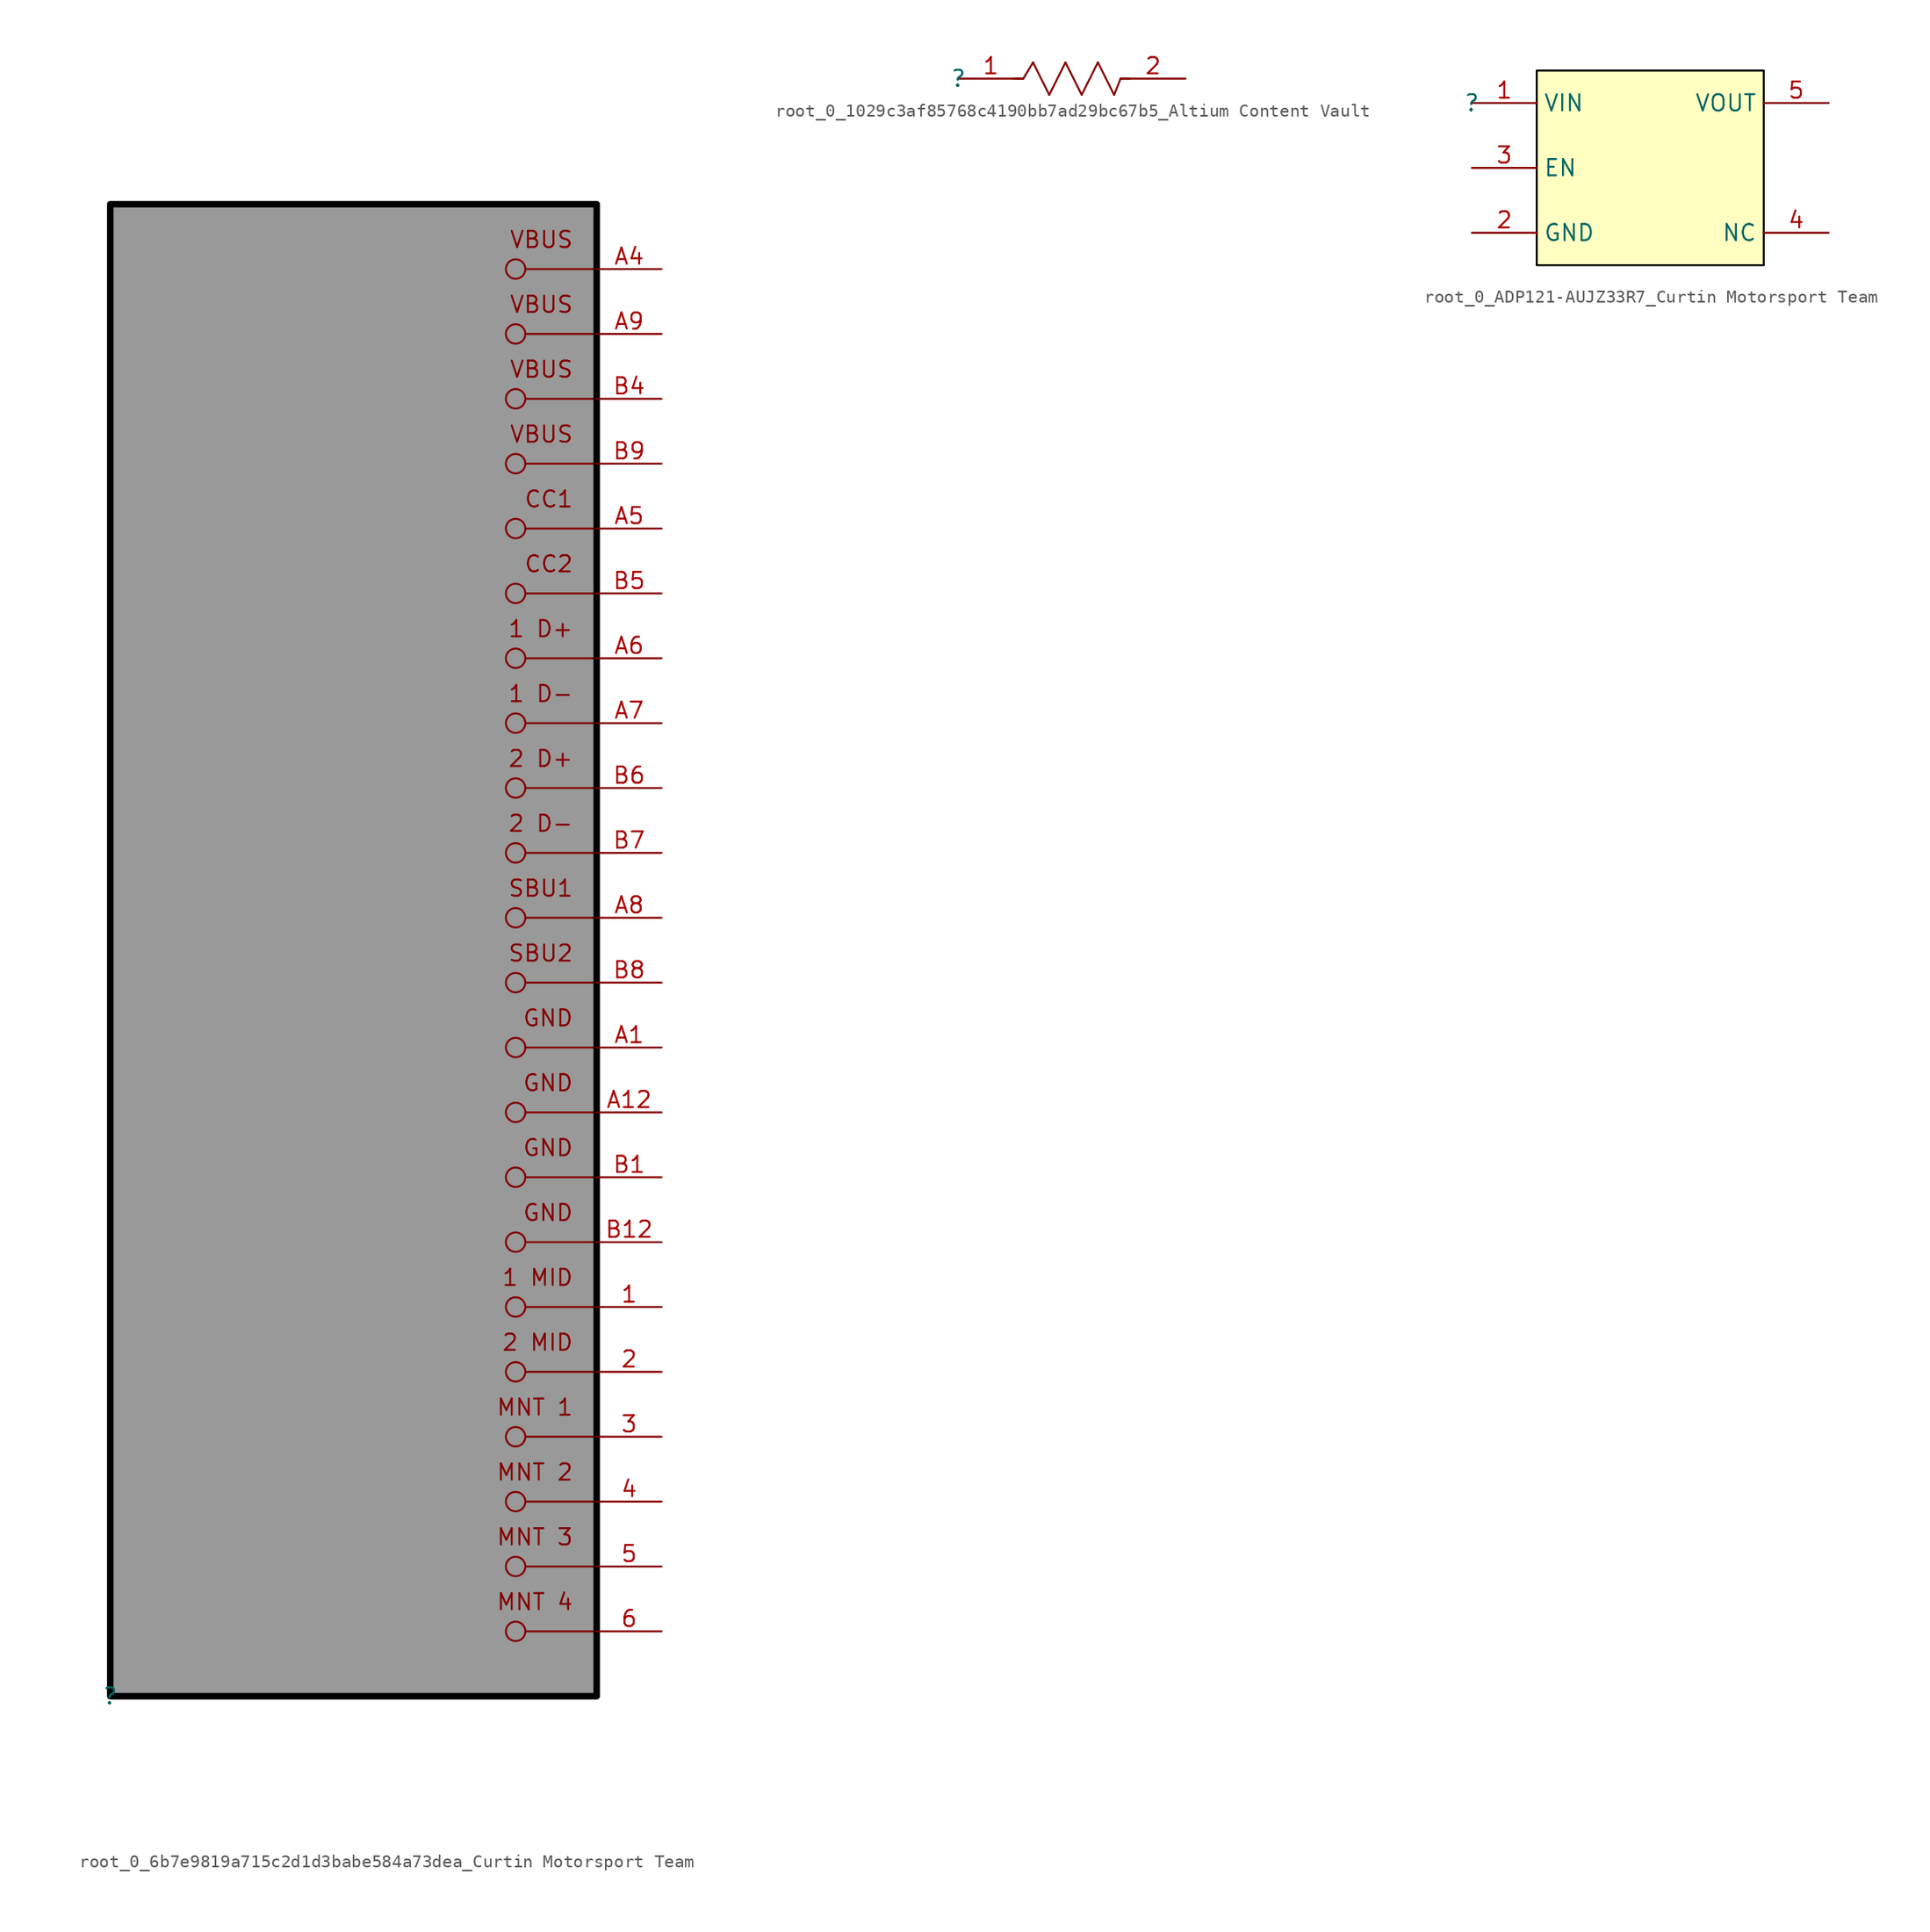
<source format=kicad_sym>
(kicad_symbol_lib
  (version 20241209)
  (generator "kicad_symbol_editor")
  (generator_version "9.0")
  (symbol "root_0_6b7e9819a715c2d1d3babe584a73dea_Curtin Motorsport Team"
    (pin_names
      (hide yes))
    (property "Reference" ""
      (at 0 0 0)
      (effects (font (size 1.27 1.27))))
    (property "Value" ""
      (at 0 0 0)
      (effects (font (size 1.27 1.27))))
    (symbol "root_0_6b7e9819a715c2d1d3babe584a73dea_Curtin Motorsport Team_1_0"
      (circle (center 31.75 111.76) (radius 0.762) (stroke (width 0) (type solid)) (fill (type none)))
      (circle (center 31.75 106.68) (radius 0.762) (stroke (width 0) (type solid)) (fill (type none)))
      (circle (center 31.75 101.6) (radius 0.762) (stroke (width 0) (type solid)) (fill (type none)))
      (circle (center 31.75 96.52) (radius 0.762) (stroke (width 0) (type solid)) (fill (type none)))
      (circle (center 31.75 91.44) (radius 0.762) (stroke (width 0) (type solid)) (fill (type none)))
      (circle (center 31.75 86.36) (radius 0.762) (stroke (width 0) (type solid)) (fill (type none)))
      (circle (center 31.75 81.28) (radius 0.762) (stroke (width 0) (type solid)) (fill (type none)))
      (circle (center 31.75 76.2) (radius 0.762) (stroke (width 0) (type solid)) (fill (type none)))
      (circle (center 31.75 71.12) (radius 0.762) (stroke (width 0) (type solid)) (fill (type none)))
      (circle (center 31.75 66.04) (radius 0.762) (stroke (width 0) (type solid)) (fill (type none)))
      (circle (center 31.75 60.96) (radius 0.762) (stroke (width 0) (type solid)) (fill (type none)))
      (circle (center 31.75 55.88) (radius 0.762) (stroke (width 0) (type solid)) (fill (type none)))
      (circle (center 31.75 50.8) (radius 0.762) (stroke (width 0) (type solid)) (fill (type none)))
      (circle (center 31.75 45.72) (radius 0.762) (stroke (width 0) (type solid)) (fill (type none)))
      (circle (center 31.75 40.64) (radius 0.762) (stroke (width 0) (type solid)) (fill (type none)))
      (circle (center 31.75 35.56) (radius 0.762) (stroke (width 0) (type solid)) (fill (type none)))
      (circle (center 31.75 30.48) (radius 0.762) (stroke (width 0) (type solid)) (fill (type none)))
      (circle (center 31.75 25.4) (radius 0.762) (stroke (width 0) (type solid)) (fill (type none)))
      (circle (center 31.75 20.32) (radius 0.762) (stroke (width 0) (type solid)) (fill (type none)))
      (circle (center 31.75 15.24) (radius 0.762) (stroke (width 0) (type solid)) (fill (type none)))
      (circle (center 31.75 10.16) (radius 0.762) (stroke (width 0) (type solid)) (fill (type none)))
      (circle (center 31.75 5.08) (radius 0.762) (stroke (width 0) (type solid)) (fill (type none)))
      (polyline (pts (xy 32.512 111.76) (xy 38.1 111.76)) (stroke (width 0) (type solid)) (fill (type none)))
      (polyline (pts (xy 32.512 106.68) (xy 38.1 106.68)) (stroke (width 0) (type solid)) (fill (type none)))
      (polyline (pts (xy 32.512 101.6) (xy 38.1 101.6)) (stroke (width 0) (type solid)) (fill (type none)))
      (polyline (pts (xy 32.512 96.52) (xy 38.1 96.52)) (stroke (width 0) (type solid)) (fill (type none)))
      (polyline (pts (xy 32.512 91.44) (xy 38.1 91.44)) (stroke (width 0) (type solid)) (fill (type none)))
      (polyline (pts (xy 32.512 86.36) (xy 38.1 86.36)) (stroke (width 0) (type solid)) (fill (type none)))
      (polyline (pts (xy 32.512 81.28) (xy 38.1 81.28)) (stroke (width 0) (type solid)) (fill (type none)))
      (polyline (pts (xy 32.512 76.2) (xy 38.1 76.2)) (stroke (width 0) (type solid)) (fill (type none)))
      (polyline (pts (xy 32.512 71.12) (xy 38.1 71.12)) (stroke (width 0) (type solid)) (fill (type none)))
      (polyline (pts (xy 32.512 66.04) (xy 38.1 66.04)) (stroke (width 0) (type solid)) (fill (type none)))
      (polyline (pts (xy 32.512 60.96) (xy 38.1 60.96)) (stroke (width 0) (type solid)) (fill (type none)))
      (polyline (pts (xy 32.512 55.88) (xy 38.1 55.88)) (stroke (width 0) (type solid)) (fill (type none)))
      (polyline (pts (xy 32.512 50.8) (xy 38.1 50.8)) (stroke (width 0) (type solid)) (fill (type none)))
      (polyline (pts (xy 32.512 45.72) (xy 38.1 45.72)) (stroke (width 0) (type solid)) (fill (type none)))
      (polyline (pts (xy 32.512 40.64) (xy 38.1 40.64)) (stroke (width 0) (type solid)) (fill (type none)))
      (polyline (pts (xy 32.512 35.56) (xy 38.1 35.56)) (stroke (width 0) (type solid)) (fill (type none)))
      (polyline (pts (xy 32.512 30.48) (xy 38.1 30.48)) (stroke (width 0) (type solid)) (fill (type none)))
      (polyline (pts (xy 32.512 25.4) (xy 38.1 25.4)) (stroke (width 0) (type solid)) (fill (type none)))
      (polyline (pts (xy 32.512 20.32) (xy 38.1 20.32)) (stroke (width 0) (type solid)) (fill (type none)))
      (polyline (pts (xy 32.512 15.24) (xy 38.1 15.24)) (stroke (width 0) (type solid)) (fill (type none)))
      (polyline (pts (xy 32.512 10.16) (xy 38.1 10.16)) (stroke (width 0) (type solid)) (fill (type none)))
      (polyline (pts (xy 32.512 5.08) (xy 38.1 5.08)) (stroke (width 0) (type solid)) (fill (type none)))
      (rectangle (start 38.1 116.84) (end 0 0) (stroke (width 0.508) (type solid) (color 0 0 0 1)) (fill (type color) (color 153 153 153 1)))
      (text "VBUS" (at 36.322 114.808 0) (effects (font (size 1.27 1.27)) (justify right top)))
      (text "VBUS" (at 36.322 109.728 0) (effects (font (size 1.27 1.27)) (justify right top)))
      (text "VBUS" (at 36.322 104.648 0) (effects (font (size 1.27 1.27)) (justify right top)))
      (text "VBUS" (at 36.322 99.568 0) (effects (font (size 1.27 1.27)) (justify right top)))
      (text "CC1" (at 36.322 94.488 0) (effects (font (size 1.27 1.27)) (justify right top)))
      (text "CC2" (at 36.322 89.408 0) (effects (font (size 1.27 1.27)) (justify right top)))
      (text "1 D+" (at 36.322 84.328 0) (effects (font (size 1.27 1.27)) (justify right top)))
      (text "1 D-" (at 36.322 79.248 0) (effects (font (size 1.27 1.27)) (justify right top)))
      (text "2 D+" (at 36.322 74.168 0) (effects (font (size 1.27 1.27)) (justify right top)))
      (text "2 D-" (at 36.322 69.088 0) (effects (font (size 1.27 1.27)) (justify right top)))
      (text "SBU1" (at 36.322 64.008 0) (effects (font (size 1.27 1.27)) (justify right top)))
      (text "SBU2" (at 36.322 58.928 0) (effects (font (size 1.27 1.27)) (justify right top)))
      (text "GND" (at 36.322 53.848 0) (effects (font (size 1.27 1.27)) (justify right top)))
      (text "GND" (at 36.322 48.768 0) (effects (font (size 1.27 1.27)) (justify right top)))
      (text "GND" (at 36.322 43.688 0) (effects (font (size 1.27 1.27)) (justify right top)))
      (text "GND" (at 36.322 38.608 0) (effects (font (size 1.27 1.27)) (justify right top)))
      (text "1 MID" (at 36.322 33.528 0) (effects (font (size 1.27 1.27)) (justify right top)))
      (text "2 MID" (at 36.322 28.448 0) (effects (font (size 1.27 1.27)) (justify right top)))
      (text "MNT 1" (at 36.322 23.368 0) (effects (font (size 1.27 1.27)) (justify right top)))
      (text "MNT 2" (at 36.322 18.288 0) (effects (font (size 1.27 1.27)) (justify right top)))
      (text "MNT 3" (at 36.322 13.208 0) (effects (font (size 1.27 1.27)) (justify right top)))
      (text "MNT 4" (at 36.322 8.128 0) (effects (font (size 1.27 1.27)) (justify right top)))
      (pin power_in line (at 43.18 111.76 180) (length 5.08) (name "VBUS" (effects (font (size 1.27 1.27)))) (number "A4" (effects (font (size 1.27 1.27)))))
      (pin power_in line (at 43.18 106.68 180) (length 5.08) (name "VBUS" (effects (font (size 1.27 1.27)))) (number "A9" (effects (font (size 1.27 1.27)))))
      (pin power_in line (at 43.18 101.6 180) (length 5.08) (name "VBUS" (effects (font (size 1.27 1.27)))) (number "B4" (effects (font (size 1.27 1.27)))))
      (pin power_in line (at 43.18 96.52 180) (length 5.08) (name "VBUS" (effects (font (size 1.27 1.27)))) (number "B9" (effects (font (size 1.27 1.27)))))
      (pin passive line (at 43.18 91.44 180) (length 5.08) (name "CC1" (effects (font (size 1.27 1.27)))) (number "A5" (effects (font (size 1.27 1.27)))))
      (pin passive line (at 43.18 86.36 180) (length 5.08) (name "CC2" (effects (font (size 1.27 1.27)))) (number "B5" (effects (font (size 1.27 1.27)))))
      (pin bidirectional line (at 43.18 81.28 180) (length 5.08) (name "1_D+" (effects (font (size 1.27 1.27)))) (number "A6" (effects (font (size 1.27 1.27)))))
      (pin bidirectional line (at 43.18 76.2 180) (length 5.08) (name "1_D-" (effects (font (size 1.27 1.27)))) (number "A7" (effects (font (size 1.27 1.27)))))
      (pin bidirectional line (at 43.18 71.12 180) (length 5.08) (name "2_D+" (effects (font (size 1.27 1.27)))) (number "B6" (effects (font (size 1.27 1.27)))))
      (pin bidirectional line (at 43.18 66.04 180) (length 5.08) (name "2_D-" (effects (font (size 1.27 1.27)))) (number "B7" (effects (font (size 1.27 1.27)))))
      (pin passive line (at 43.18 60.96 180) (length 5.08) (name "SBU1" (effects (font (size 1.27 1.27)))) (number "A8" (effects (font (size 1.27 1.27)))))
      (pin passive line (at 43.18 55.88 180) (length 5.08) (name "SBU2" (effects (font (size 1.27 1.27)))) (number "B8" (effects (font (size 1.27 1.27)))))
      (pin power_in line (at 43.18 50.8 180) (length 5.08) (name "GND" (effects (font (size 1.27 1.27)))) (number "A1" (effects (font (size 1.27 1.27)))))
      (pin power_in line (at 43.18 45.72 180) (length 5.08) (name "GND" (effects (font (size 1.27 1.27)))) (number "A12" (effects (font (size 1.27 1.27)))))
      (pin power_in line (at 43.18 40.64 180) (length 5.08) (name "GND" (effects (font (size 1.27 1.27)))) (number "B1" (effects (font (size 1.27 1.27)))))
      (pin power_in line (at 43.18 35.56 180) (length 5.08) (name "GND" (effects (font (size 1.27 1.27)))) (number "B12" (effects (font (size 1.27 1.27)))))
      (pin passive line (at 43.18 30.48 180) (length 5.08) (name "1_MID" (effects (font (size 1.27 1.27)))) (number "1" (effects (font (size 1.27 1.27)))))
      (pin passive line (at 43.18 25.4 180) (length 5.08) (name "2_MID" (effects (font (size 1.27 1.27)))) (number "2" (effects (font (size 1.27 1.27)))))
      (pin passive line (at 43.18 20.32 180) (length 5.08) (name "MNT_1" (effects (font (size 1.27 1.27)))) (number "3" (effects (font (size 1.27 1.27)))))
      (pin passive line (at 43.18 15.24 180) (length 5.08) (name "MNT_2" (effects (font (size 1.27 1.27)))) (number "4" (effects (font (size 1.27 1.27)))))
      (pin passive line (at 43.18 10.16 180) (length 5.08) (name "MNT_3" (effects (font (size 1.27 1.27)))) (number "5" (effects (font (size 1.27 1.27)))))
      (pin passive line (at 43.18 5.08 180) (length 5.08) (name "MNT_4" (effects (font (size 1.27 1.27)))) (number "6" (effects (font (size 1.27 1.27)))))))
  (symbol "root_0_1029c3af85768c4190bb7ad29bc67b5_Altium Content Vault"
    (pin_names
      (hide yes))
    (property "Reference" ""
      (at 0 0 0)
      (effects (font (size 1.27 1.27))))
    (property "Value" ""
      (at 0 0 0)
      (effects (font (size 1.27 1.27))))
    (symbol "root_0_1029c3af85768c4190bb7ad29bc67b5_Altium Content Vault_1_0"
      (polyline (pts (xy 5.08 0) (xy 4.318 0)) (stroke (width 0) (type solid)) (fill (type none)))
      (polyline (pts (xy 5.08 0) (xy 5.842 1.27)) (stroke (width 0) (type solid)) (fill (type none)))
      (polyline (pts (xy 5.842 1.27) (xy 7.112 -1.27)) (stroke (width 0) (type solid)) (fill (type none)))
      (polyline (pts (xy 7.112 -1.27) (xy 8.382 1.27)) (stroke (width 0) (type solid)) (fill (type none)))
      (polyline (pts (xy 8.382 1.27) (xy 9.652 -1.27)) (stroke (width 0) (type solid)) (fill (type none)))
      (polyline (pts (xy 9.652 -1.27) (xy 10.922 1.27)) (stroke (width 0) (type solid)) (fill (type none)))
      (polyline (pts (xy 10.922 1.27) (xy 12.192 -1.27)) (stroke (width 0) (type solid)) (fill (type none)))
      (polyline (pts (xy 12.192 -1.27) (xy 12.7 0)) (stroke (width 0) (type solid)) (fill (type none)))
      (polyline (pts (xy 12.7 0) (xy 13.462 0)) (stroke (width 0) (type solid)) (fill (type none)))
      (pin passive line (at 0 0 0) (length 5.08) (name "1" (effects (font (size 1.27 1.27)))) (number "1" (effects (font (size 1.27 1.27)))))
      (pin passive line (at 17.78 0 180) (length 5.08) (name "2" (effects (font (size 1.27 1.27)))) (number "2" (effects (font (size 1.27 1.27)))))))
  (symbol "root_0_ADP121-AUJZ33R7_Curtin Motorsport Team"
    (property "Reference" ""
      (at 0 0 0)
      (effects (font (size 1.27 1.27))))
    (property "Value" ""
      (at 0 0 0)
      (effects (font (size 1.27 1.27))))
    (symbol "root_0_ADP121-AUJZ33R7_Curtin Motorsport Team_1_0"
      (rectangle (start 22.86 2.54) (end 5.08 -12.7) (stroke (width 0) (type solid) (color 0 0 0 1)) (fill (type background)))
      (pin passive line (at 0 0 0) (length 5.08) (name "VIN" (effects (font (size 1.27 1.27)))) (number "1" (effects (font (size 1.27 1.27)))))
      (pin passive line (at 0 -5.08 0) (length 5.08) (name "EN" (effects (font (size 1.27 1.27)))) (number "3" (effects (font (size 1.27 1.27)))))
      (pin passive line (at 0 -10.16 0) (length 5.08) (name "GND" (effects (font (size 1.27 1.27)))) (number "2" (effects (font (size 1.27 1.27)))))
      (pin passive line (at 27.94 0 180) (length 5.08) (name "VOUT" (effects (font (size 1.27 1.27)))) (number "5" (effects (font (size 1.27 1.27)))))
      (pin passive line (at 27.94 -10.16 180) (length 5.08) (name "NC" (effects (font (size 1.27 1.27)))) (number "4" (effects (font (size 1.27 1.27))))))))
</source>
